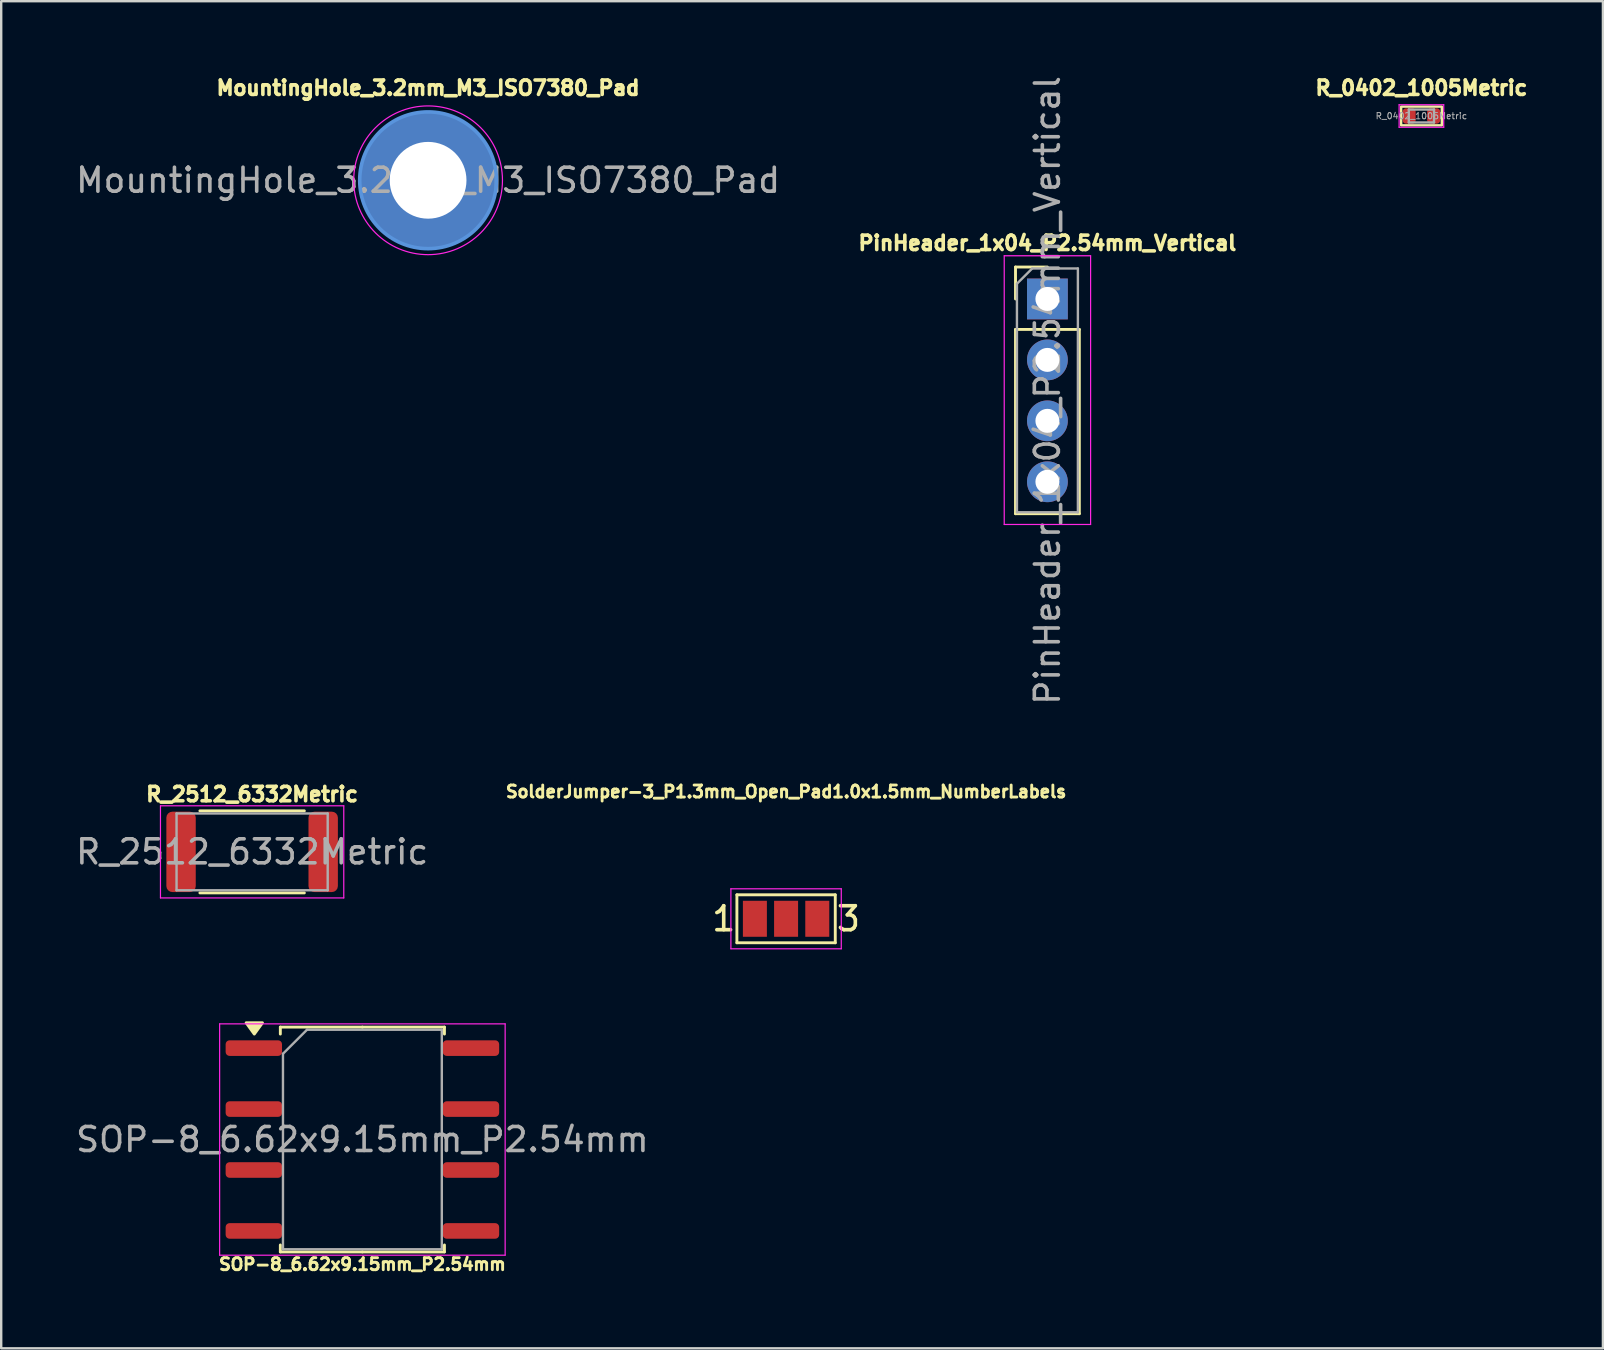
<source format=kicad_pcb>
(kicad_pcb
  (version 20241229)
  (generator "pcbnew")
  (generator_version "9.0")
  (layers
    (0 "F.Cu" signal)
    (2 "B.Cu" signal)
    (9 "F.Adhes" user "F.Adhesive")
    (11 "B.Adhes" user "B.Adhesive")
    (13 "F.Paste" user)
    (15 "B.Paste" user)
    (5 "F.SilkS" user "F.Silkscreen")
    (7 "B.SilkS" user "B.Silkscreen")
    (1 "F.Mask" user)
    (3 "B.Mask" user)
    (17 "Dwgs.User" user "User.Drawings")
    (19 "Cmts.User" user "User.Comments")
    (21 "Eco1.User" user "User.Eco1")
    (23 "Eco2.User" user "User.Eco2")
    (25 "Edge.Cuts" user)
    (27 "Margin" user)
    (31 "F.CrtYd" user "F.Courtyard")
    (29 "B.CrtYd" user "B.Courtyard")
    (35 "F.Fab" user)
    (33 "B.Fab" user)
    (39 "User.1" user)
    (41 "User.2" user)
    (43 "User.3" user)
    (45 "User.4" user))
  (footprint "SolderJumper-3_P1.3mm_Open_Pad1.0x1.5mm_NumberLabels"
    (layer "F.Cu")
    (at 29.713 35.244)
    (property "Reference" "SolderJumper-3_P1.3mm_Open_Pad1.0x1.5mm_NumberLabels" (at 0 -5.3 0) (layer "F.SilkS") (effects (font (size 0.5 0.5) (thickness 0.12))))
    (attr exclude_from_pos_files)
    (fp_line (start -2.05 -1) (end 2.05 -1) (stroke (width 0.12) (type solid)) (layer "F.SilkS"))
    (fp_line (start -2.05 1) (end -2.05 -1) (stroke (width 0.12) (type solid)) (layer "F.SilkS"))
    (fp_line (start 2.05 -1) (end 2.05 1) (stroke (width 0.12) (type solid)) (layer "F.SilkS"))
    (fp_line (start 2.05 1) (end -2.05 1) (stroke (width 0.12) (type solid)) (layer "F.SilkS"))
    (fp_line (start -2.3 -1.25) (end -2.3 1.25) (stroke (width 0.05) (type solid)) (layer "F.CrtYd"))
    (fp_line (start -2.3 -1.25) (end 2.3 -1.25) (stroke (width 0.05) (type solid)) (layer "F.CrtYd"))
    (fp_line (start 2.3 1.25) (end -2.3 1.25) (stroke (width 0.05) (type solid)) (layer "F.CrtYd"))
    (fp_line (start 2.3 1.25) (end 2.3 -1.25) (stroke (width 0.05) (type solid)) (layer "F.CrtYd"))
    (fp_text user "3" (at 2.6 0 0) (layer "F.SilkS") (effects (font (size 1 1) (thickness 0.15))))
    (fp_text user "1" (at -2.6 0 0) (layer "F.SilkS") (effects (font (size 1 1) (thickness 0.15))))
    (pad "1" smd rect (at -1.3 0) (size 1 1.5) (layers "F.Cu" "F.Mask"))
    (pad "2" smd rect (at 0 0) (size 1 1.5) (layers "F.Cu" "F.Mask"))
    (pad "3" smd rect (at 1.3 0) (size 1 1.5) (layers "F.Cu" "F.Mask")))
  (footprint "SOP-8_6.62x9.15mm_P2.54mm"
    (layer "F.Cu")
    (at 12.054 44.444)
    (property "Reference" "SOP-8_6.62x9.15mm_P2.54mm" (at 0 5.2 0) (layer "F.SilkS") (effects (font (size 0.5 0.5) (thickness 0.12))))
    (attr smd)
    (fp_line (start -3.42 -4.685) (end -3.42 -4.395) (stroke (width 0.12) (type solid)) (layer "F.SilkS"))
    (fp_line (start -3.42 4.685) (end -3.42 4.395) (stroke (width 0.12) (type solid)) (layer "F.SilkS"))
    (fp_line (start 0 -4.685) (end -3.42 -4.685) (stroke (width 0.12) (type solid)) (layer "F.SilkS"))
    (fp_line (start 0 -4.685) (end 3.42 -4.685) (stroke (width 0.12) (type solid)) (layer "F.SilkS"))
    (fp_line (start 0 4.685) (end -3.42 4.685) (stroke (width 0.12) (type solid)) (layer "F.SilkS"))
    (fp_line (start 0 4.685) (end 3.42 4.685) (stroke (width 0.12) (type solid)) (layer "F.SilkS"))
    (fp_line (start 3.42 -4.685) (end 3.42 -4.395) (stroke (width 0.12) (type solid)) (layer "F.SilkS"))
    (fp_line (start 3.42 4.685) (end 3.42 4.395) (stroke (width 0.12) (type solid)) (layer "F.SilkS"))
    (fp_poly (pts (xy -4.505 -4.395) (xy -4.845 -4.865) (xy -4.165 -4.865) (xy -4.505 -4.395)) (stroke (width 0.12) (type solid)) (fill yes) (layer "F.SilkS"))
    (fp_line (start -5.95 -4.82) (end -5.95 4.82) (stroke (width 0.05) (type solid)) (layer "F.CrtYd"))
    (fp_line (start -5.95 4.82) (end 5.95 4.82) (stroke (width 0.05) (type solid)) (layer "F.CrtYd"))
    (fp_line (start 5.95 -4.82) (end -5.95 -4.82) (stroke (width 0.05) (type solid)) (layer "F.CrtYd"))
    (fp_line (start 5.95 4.82) (end 5.95 -4.82) (stroke (width 0.05) (type solid)) (layer "F.CrtYd"))
    (fp_line (start -3.31 -3.575) (end -2.31 -4.575) (stroke (width 0.1) (type solid)) (layer "F.Fab"))
    (fp_line (start -3.31 4.575) (end -3.31 -3.575) (stroke (width 0.1) (type solid)) (layer "F.Fab"))
    (fp_line (start -2.31 -4.575) (end 3.31 -4.575) (stroke (width 0.1) (type solid)) (layer "F.Fab"))
    (fp_line (start 3.31 -4.575) (end 3.31 4.575) (stroke (width 0.1) (type solid)) (layer "F.Fab"))
    (fp_line (start 3.31 4.575) (end -3.31 4.575) (stroke (width 0.1) (type solid)) (layer "F.Fab"))
    (fp_text user "${REFERENCE}" (at 0 0 180) (layer "F.Fab") (effects (font (size 1 1) (thickness 0.15))))
    (pad "1" smd roundrect (at -4.525 -3.81) (size 2.35 0.65) (layers "F.Cu" "F.Mask" "F.Paste") (roundrect_rratio 0.25))
    (pad "2" smd roundrect (at -4.525 -1.27) (size 2.35 0.65) (layers "F.Cu" "F.Mask" "F.Paste") (roundrect_rratio 0.25))
    (pad "3" smd roundrect (at -4.525 1.27) (size 2.35 0.65) (layers "F.Cu" "F.Mask" "F.Paste") (roundrect_rratio 0.25))
    (pad "4" smd roundrect (at -4.525 3.81) (size 2.35 0.65) (layers "F.Cu" "F.Mask" "F.Paste") (roundrect_rratio 0.25))
    (pad "5" smd roundrect (at 4.525 3.81) (size 2.35 0.65) (layers "F.Cu" "F.Mask" "F.Paste") (roundrect_rratio 0.25))
    (pad "6" smd roundrect (at 4.525 1.27) (size 2.35 0.65) (layers "F.Cu" "F.Mask" "F.Paste") (roundrect_rratio 0.25))
    (pad "7" smd roundrect (at 4.525 -1.27) (size 2.35 0.65) (layers "F.Cu" "F.Mask" "F.Paste") (roundrect_rratio 0.25))
    (pad "8" smd roundrect (at 4.525 -3.81) (size 2.35 0.65) (layers "F.Cu" "F.Mask" "F.Paste") (roundrect_rratio 0.25)))
  (footprint "PinHeader_1x04_P2.54mm_Vertical"
    (layer "F.Cu")
    (at 40.605 9.41)
    (property "Reference" "PinHeader_1x04_P2.54mm_Vertical" (at 0 -2.33 0) (layer "F.SilkS") (effects (font (size 0.6 0.6) (thickness 0.15))))
    (attr through_hole)
    (fp_line (start -1.33 -1.33) (end 0 -1.33) (stroke (width 0.12) (type solid)) (layer "F.SilkS"))
    (fp_line (start -1.33 0) (end -1.33 -1.33) (stroke (width 0.12) (type solid)) (layer "F.SilkS"))
    (fp_line (start -1.33 1.27) (end -1.33 8.95) (stroke (width 0.12) (type solid)) (layer "F.SilkS"))
    (fp_line (start -1.33 1.27) (end 1.33 1.27) (stroke (width 0.12) (type solid)) (layer "F.SilkS"))
    (fp_line (start -1.33 8.95) (end 1.33 8.95) (stroke (width 0.12) (type solid)) (layer "F.SilkS"))
    (fp_line (start 1.33 1.27) (end 1.33 8.95) (stroke (width 0.12) (type solid)) (layer "F.SilkS"))
    (fp_line (start -1.8 -1.8) (end -1.8 9.4) (stroke (width 0.05) (type solid)) (layer "F.CrtYd"))
    (fp_line (start -1.8 9.4) (end 1.8 9.4) (stroke (width 0.05) (type solid)) (layer "F.CrtYd"))
    (fp_line (start 1.8 -1.8) (end -1.8 -1.8) (stroke (width 0.05) (type solid)) (layer "F.CrtYd"))
    (fp_line (start 1.8 9.4) (end 1.8 -1.8) (stroke (width 0.05) (type solid)) (layer "F.CrtYd"))
    (fp_line (start -1.27 -0.635) (end -0.635 -1.27) (stroke (width 0.1) (type solid)) (layer "F.Fab"))
    (fp_line (start -1.27 8.89) (end -1.27 -0.635) (stroke (width 0.1) (type solid)) (layer "F.Fab"))
    (fp_line (start -0.635 -1.27) (end 1.27 -1.27) (stroke (width 0.1) (type solid)) (layer "F.Fab"))
    (fp_line (start 1.27 -1.27) (end 1.27 8.89) (stroke (width 0.1) (type solid)) (layer "F.Fab"))
    (fp_line (start 1.27 8.89) (end -1.27 8.89) (stroke (width 0.1) (type solid)) (layer "F.Fab"))
    (fp_text user "${REFERENCE}" (at 0 3.81 90) (layer "F.Fab") (effects (font (size 1 1) (thickness 0.15))))
    (pad "1" thru_hole rect (at 0 0) (size 1.7 1.7) (drill 1) (layers "*.Cu" "*.Mask"))
    (pad "2" thru_hole oval (at 0 2.54) (size 1.7 1.7) (drill 1) (layers "*.Cu" "*.Mask"))
    (pad "3" thru_hole oval (at 0 5.08) (size 1.7 1.7) (drill 1) (layers "*.Cu" "*.Mask"))
    (pad "4" thru_hole oval (at 0 7.62) (size 1.7 1.7) (drill 1) (layers "*.Cu" "*.Mask")))
  (footprint "MountingHole_3.2mm_M3_ISO7380_Pad"
    (layer "F.Cu")
    (at 14.792 4.464)
    (property "Reference" "MountingHole_3.2mm_M3_ISO7380_Pad" (at 0 -3.85 0) (layer "F.SilkS") (effects (font (size 0.6 0.6) (thickness 0.15))))
    (attr exclude_from_pos_files)
    (fp_circle (center 0 0) (end 2.85 0) (stroke (width 0.15) (type solid)) (fill no) (layer "Cmts.User"))
    (fp_circle (center 0 0) (end 3.1 0) (stroke (width 0.05) (type solid)) (fill no) (layer "F.CrtYd"))
    (fp_text user "${REFERENCE}" (at 0 0 0) (layer "F.Fab") (effects (font (size 1 1) (thickness 0.15))))
    (pad "1" thru_hole circle (at 0 0) (size 5.7 5.7) (drill 3.2) (layers "*.Cu" "*.Mask")))
  (footprint "R_0402_1005Metric"
    (layer "F.Cu")
    (at 56.193 1.784)
    (property "Reference" "R_0402_1005Metric" (at 0 -1.17 0) (layer "F.SilkS") (effects (font (size 0.6 0.6) (thickness 0.15))))
    (attr smd)
    (fp_rect (start -0.844 -0.39) (end 0.85 0.39) (stroke (width 0.1) (type default)) (fill no) (layer "F.SilkS"))
    (fp_line (start -0.93 -0.47) (end 0.93 -0.47) (stroke (width 0.05) (type solid)) (layer "F.CrtYd"))
    (fp_line (start -0.93 0.47) (end -0.93 -0.47) (stroke (width 0.05) (type solid)) (layer "F.CrtYd"))
    (fp_line (start 0.93 -0.47) (end 0.93 0.47) (stroke (width 0.05) (type solid)) (layer "F.CrtYd"))
    (fp_line (start 0.93 0.47) (end -0.93 0.47) (stroke (width 0.05) (type solid)) (layer "F.CrtYd"))
    (fp_line (start -0.525 -0.27) (end 0.525 -0.27) (stroke (width 0.1) (type solid)) (layer "F.Fab"))
    (fp_line (start -0.525 0.27) (end -0.525 -0.27) (stroke (width 0.1) (type solid)) (layer "F.Fab"))
    (fp_line (start 0.525 -0.27) (end 0.525 0.27) (stroke (width 0.1) (type solid)) (layer "F.Fab"))
    (fp_line (start 0.525 0.27) (end -0.525 0.27) (stroke (width 0.1) (type solid)) (layer "F.Fab"))
    (fp_text user "${REFERENCE}" (at 0 0 0) (layer "F.Fab") (effects (font (size 0.26 0.26) (thickness 0.04))))
    (pad "1" smd roundrect (at -0.51 0) (size 0.54 0.64) (layers "F.Cu" "F.Mask" "F.Paste") (roundrect_rratio 0.25))
    (pad "2" smd roundrect (at 0.51 0) (size 0.54 0.64) (layers "F.Cu" "F.Mask" "F.Paste") (roundrect_rratio 0.25)))
  (footprint "R_2512_6332Metric"
    (layer "F.Cu")
    (at 7.458 32.455)
    (property "Reference" "R_2512_6332Metric" (at 0 -2.4 180) (layer "F.SilkS") (effects (font (size 0.6 0.6) (thickness 0.15))))
    (attr smd)
    (fp_line (start -2.177 -1.71) (end 2.177 -1.71) (stroke (width 0.12) (type solid)) (layer "F.SilkS"))
    (fp_line (start -2.177 1.71) (end 2.177 1.71) (stroke (width 0.12) (type solid)) (layer "F.SilkS"))
    (fp_line (start -3.82 -1.92) (end 3.82 -1.92) (stroke (width 0.05) (type solid)) (layer "F.CrtYd"))
    (fp_line (start -3.82 1.92) (end -3.82 -1.92) (stroke (width 0.05) (type solid)) (layer "F.CrtYd"))
    (fp_line (start 3.82 -1.92) (end 3.82 1.92) (stroke (width 0.05) (type solid)) (layer "F.CrtYd"))
    (fp_line (start 3.82 1.92) (end -3.82 1.92) (stroke (width 0.05) (type solid)) (layer "F.CrtYd"))
    (fp_line (start -3.15 -1.6) (end 3.15 -1.6) (stroke (width 0.1) (type solid)) (layer "F.Fab"))
    (fp_line (start -3.15 1.6) (end -3.15 -1.6) (stroke (width 0.1) (type solid)) (layer "F.Fab"))
    (fp_line (start 3.15 -1.6) (end 3.15 1.6) (stroke (width 0.1) (type solid)) (layer "F.Fab"))
    (fp_line (start 3.15 1.6) (end -3.15 1.6) (stroke (width 0.1) (type solid)) (layer "F.Fab"))
    (fp_text user "${REFERENCE}" (at 0 0 180) (layer "F.Fab") (effects (font (size 1 1) (thickness 0.15))))
    (pad "1" smd roundrect (at -2.962 0) (size 1.225 3.35) (layers "F.Cu" "F.Mask" "F.Paste") (roundrect_rratio 0.204))
    (pad "2" smd roundrect (at 2.962 0) (size 1.225 3.35) (layers "F.Cu" "F.Mask" "F.Paste") (roundrect_rratio 0.204)))
  (gr_rect
    (start -3 -3)
    (end 63.758 53.147)
    (stroke (width 0.1) (type default))
    (fill no)
    (layer "Edge.Cuts")))
</source>
